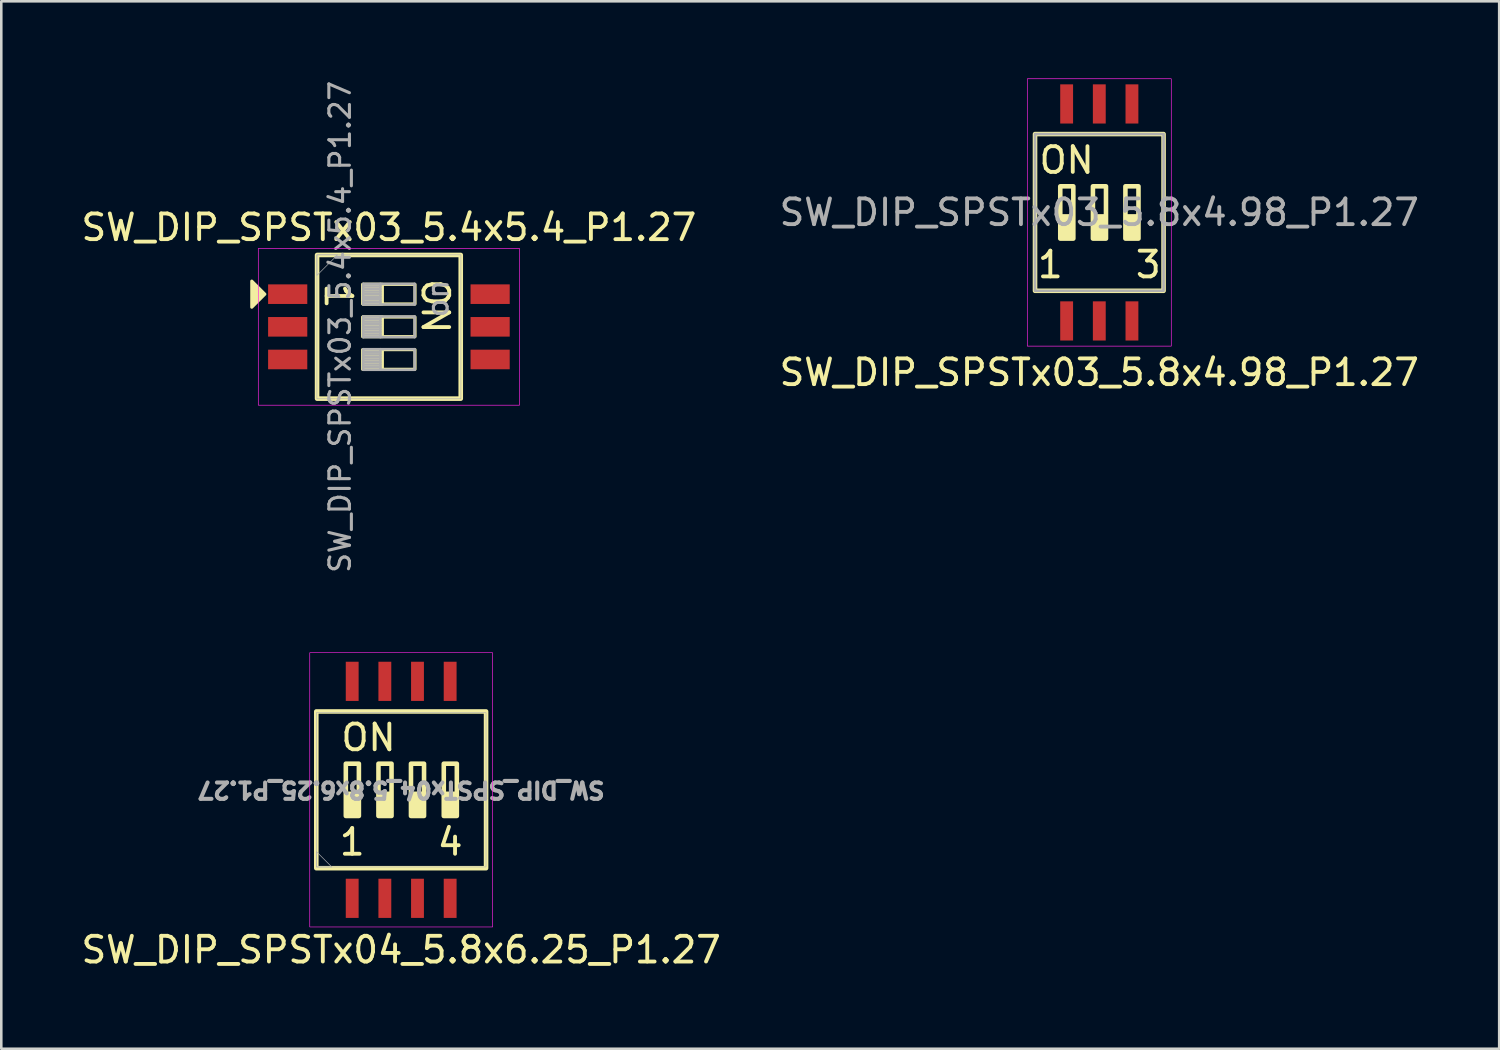
<source format=kicad_pcb>
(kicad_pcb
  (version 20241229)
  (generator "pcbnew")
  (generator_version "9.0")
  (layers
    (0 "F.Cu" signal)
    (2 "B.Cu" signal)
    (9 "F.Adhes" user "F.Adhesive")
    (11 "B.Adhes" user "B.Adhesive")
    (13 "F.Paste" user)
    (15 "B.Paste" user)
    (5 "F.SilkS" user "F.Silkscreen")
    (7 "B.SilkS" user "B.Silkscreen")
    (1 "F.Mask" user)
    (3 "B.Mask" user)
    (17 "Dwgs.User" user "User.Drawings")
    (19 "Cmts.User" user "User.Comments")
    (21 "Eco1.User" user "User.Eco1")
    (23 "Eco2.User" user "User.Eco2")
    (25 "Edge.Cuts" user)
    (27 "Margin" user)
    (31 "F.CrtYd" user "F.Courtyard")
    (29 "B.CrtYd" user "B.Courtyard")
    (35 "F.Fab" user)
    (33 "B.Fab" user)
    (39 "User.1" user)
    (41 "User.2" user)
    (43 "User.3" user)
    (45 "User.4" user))
  (footprint "SW_DIP_SPSTx03_5.4x5.4_P1.27"
    (layer "F.Cu")
    (at 12.077 9.662)
    (property "Reference" "SW_DIP_SPSTx03_5.4x5.4_P1.27" (at 0 -3.865 0) (layer "F.SilkS") (effects (font (size 1 1) (thickness 0.15))))
    (attr smd)
    (fp_rect (start -2.794 2.794) (end 2.794 -2.794) (stroke (width 0.178) (type solid)) (fill no) (layer "F.SilkS"))
    (fp_rect (start -1.016 -0.889) (end -0.254 -1.651) (stroke (width 0.12) (type solid)) (fill yes) (layer "F.SilkS"))
    (fp_rect (start -1.016 0.381) (end -0.254 -0.381) (stroke (width 0.12) (type solid)) (fill yes) (layer "F.SilkS"))
    (fp_rect (start -1.016 1.651) (end -0.254 0.889) (stroke (width 0.12) (type solid)) (fill yes) (layer "F.SilkS"))
    (fp_rect (start 1.016 -1.651) (end -1.016 -0.889) (stroke (width 0.12) (type solid)) (fill no) (layer "F.SilkS"))
    (fp_rect (start 1.016 -0.381) (end -1.016 0.381) (stroke (width 0.12) (type solid)) (fill no) (layer "F.SilkS"))
    (fp_rect (start 1.016 0.889) (end -1.016 1.651) (stroke (width 0.12) (type solid)) (fill no) (layer "F.SilkS"))
    (fp_poly (pts (xy -4.826 -1.27) (xy -5.334 -0.762) (xy -5.334 -1.778)) (stroke (width 0.12) (type solid)) (fill yes) (layer "F.SilkS"))
    (fp_rect (start -5.08 3.048) (end 5.08 -3.048) (stroke (width 0.025) (type solid)) (fill no) (layer "F.CrtYd"))
    (fp_line (start -1 -1.67) (end -1 -0.87) (stroke (width 0.1) (type solid)) (layer "F.Fab"))
    (fp_line (start -1 -1.57) (end -0.333 -1.57) (stroke (width 0.1) (type solid)) (layer "F.Fab"))
    (fp_line (start -1 -1.47) (end -0.333 -1.47) (stroke (width 0.1) (type solid)) (layer "F.Fab"))
    (fp_line (start -1 -1.37) (end -0.333 -1.37) (stroke (width 0.1) (type solid)) (layer "F.Fab"))
    (fp_line (start -1 -1.27) (end -0.333 -1.27) (stroke (width 0.1) (type solid)) (layer "F.Fab"))
    (fp_line (start -1 -1.17) (end -0.333 -1.17) (stroke (width 0.1) (type solid)) (layer "F.Fab"))
    (fp_line (start -1 -1.07) (end -0.333 -1.07) (stroke (width 0.1) (type solid)) (layer "F.Fab"))
    (fp_line (start -1 -0.97) (end -0.333 -0.97) (stroke (width 0.1) (type solid)) (layer "F.Fab"))
    (fp_line (start -1 -0.87) (end 1 -0.87) (stroke (width 0.1) (type solid)) (layer "F.Fab"))
    (fp_line (start -1 -0.4) (end -1 0.4) (stroke (width 0.1) (type solid)) (layer "F.Fab"))
    (fp_line (start -1 -0.3) (end -0.333 -0.3) (stroke (width 0.1) (type solid)) (layer "F.Fab"))
    (fp_line (start -1 -0.2) (end -0.333 -0.2) (stroke (width 0.1) (type solid)) (layer "F.Fab"))
    (fp_line (start -1 -0.1) (end -0.333 -0.1) (stroke (width 0.1) (type solid)) (layer "F.Fab"))
    (fp_line (start -1 0) (end -0.333 0) (stroke (width 0.1) (type solid)) (layer "F.Fab"))
    (fp_line (start -1 0.1) (end -0.333 0.1) (stroke (width 0.1) (type solid)) (layer "F.Fab"))
    (fp_line (start -1 0.2) (end -0.333 0.2) (stroke (width 0.1) (type solid)) (layer "F.Fab"))
    (fp_line (start -1 0.3) (end -0.333 0.3) (stroke (width 0.1) (type solid)) (layer "F.Fab"))
    (fp_line (start -1 0.4) (end 1 0.4) (stroke (width 0.1) (type solid)) (layer "F.Fab"))
    (fp_line (start -1 0.87) (end -1 1.67) (stroke (width 0.1) (type solid)) (layer "F.Fab"))
    (fp_line (start -1 0.97) (end -0.333 0.97) (stroke (width 0.1) (type solid)) (layer "F.Fab"))
    (fp_line (start -1 1.07) (end -0.333 1.07) (stroke (width 0.1) (type solid)) (layer "F.Fab"))
    (fp_line (start -1 1.17) (end -0.333 1.17) (stroke (width 0.1) (type solid)) (layer "F.Fab"))
    (fp_line (start -1 1.27) (end -0.333 1.27) (stroke (width 0.1) (type solid)) (layer "F.Fab"))
    (fp_line (start -1 1.37) (end -0.333 1.37) (stroke (width 0.1) (type solid)) (layer "F.Fab"))
    (fp_line (start -1 1.47) (end -0.333 1.47) (stroke (width 0.1) (type solid)) (layer "F.Fab"))
    (fp_line (start -1 1.57) (end -0.333 1.57) (stroke (width 0.1) (type solid)) (layer "F.Fab"))
    (fp_line (start -1 1.67) (end 1 1.67) (stroke (width 0.1) (type solid)) (layer "F.Fab"))
    (fp_line (start -0.333 -1.67) (end -0.333 -0.87) (stroke (width 0.1) (type solid)) (layer "F.Fab"))
    (fp_line (start -0.333 -0.4) (end -0.333 0.4) (stroke (width 0.1) (type solid)) (layer "F.Fab"))
    (fp_line (start -0.333 0.87) (end -0.333 1.67) (stroke (width 0.1) (type solid)) (layer "F.Fab"))
    (fp_line (start 1 -1.67) (end -1 -1.67) (stroke (width 0.1) (type solid)) (layer "F.Fab"))
    (fp_line (start 1 -0.87) (end 1 -1.67) (stroke (width 0.1) (type solid)) (layer "F.Fab"))
    (fp_line (start 1 -0.4) (end -1 -0.4) (stroke (width 0.1) (type solid)) (layer "F.Fab"))
    (fp_line (start 1 0.4) (end 1 -0.4) (stroke (width 0.1) (type solid)) (layer "F.Fab"))
    (fp_line (start 1 0.87) (end -1 0.87) (stroke (width 0.1) (type solid)) (layer "F.Fab"))
    (fp_line (start 1 1.67) (end 1 0.87) (stroke (width 0.1) (type solid)) (layer "F.Fab"))
    (fp_rect (start -2.8 -2.8) (end 2.8 2.8) (stroke (width 0.025) (type solid)) (fill no) (layer "F.Fab"))
    (fp_poly (pts (xy -2.8 -2.8) (xy -2.8 -2) (xy -2 -2.8)) (stroke (width 0.025) (type solid)) (fill no) (layer "F.Fab"))
    (fp_text user "ON" (at 1.8 -0.8 270) (unlocked yes) (layer "F.SilkS") (effects (font (size 1 1) (thickness 0.15))))
    (fp_text user "1" (at -1.968 -1.2 270) (unlocked yes) (layer "F.SilkS") (effects (font (size 1 1) (thickness 0.15))))
    (fp_text user "${REFERENCE}" (at -1.9 0 90) (layer "F.Fab") (effects (font (size 0.8 0.8) (thickness 0.12))))
    (fp_text user "on" (at 1.9 -1.1 90) (layer "F.Fab") (effects (font (size 0.8 0.8) (thickness 0.12))))
    (pad "1" smd rect (at -3.937 -1.27) (size 1.524 0.762) (layers "F.Cu" "F.Mask" "F.Paste"))
    (pad "2" smd rect (at -3.937 0) (size 1.524 0.762) (layers "F.Cu" "F.Mask" "F.Paste"))
    (pad "3" smd rect (at -3.937 1.27) (size 1.524 0.762) (layers "F.Cu" "F.Mask" "F.Paste"))
    (pad "4" smd rect (at 3.937 1.27) (size 1.524 0.762) (layers "F.Cu" "F.Mask" "F.Paste"))
    (pad "5" smd rect (at 3.937 0) (size 1.524 0.762) (layers "F.Cu" "F.Mask" "F.Paste"))
    (pad "6" smd rect (at 3.937 -1.27) (size 1.524 0.762) (layers "F.Cu" "F.Mask" "F.Paste")))
  (footprint "SW_DIP_SPSTx03_5.8x4.98_P1.27"
    (layer "F.Cu")
    (at 39.708 5.213)
    (property "Reference" "SW_DIP_SPSTx03_5.8x4.98_P1.27" (at 0 6.223 0) (unlocked yes) (layer "F.SilkS") (effects (font (size 1 1) (thickness 0.15))))
    (attr smd)
    (fp_rect (start -2.5 -3.048) (end 2.5 3.048) (stroke (width 0.178) (type solid)) (fill no) (layer "F.SilkS"))
    (fp_rect (start -1.524 1.016) (end -1.016 0.127) (stroke (width 0.12) (type solid)) (fill yes) (layer "F.SilkS"))
    (fp_rect (start -1.518 -1.016) (end -1.01 1.016) (stroke (width 0.178) (type solid)) (fill no) (layer "F.SilkS"))
    (fp_rect (start -0.254 1.016) (end 0.254 0.127) (stroke (width 0.12) (type solid)) (fill yes) (layer "F.SilkS"))
    (fp_rect (start -0.248 -1.016) (end 0.26 1.016) (stroke (width 0.178) (type solid)) (fill no) (layer "F.SilkS"))
    (fp_rect (start 1.016 -1.016) (end 1.524 1.016) (stroke (width 0.178) (type solid)) (fill no) (layer "F.SilkS"))
    (fp_rect (start 1.016 1.016) (end 1.524 0.127) (stroke (width 0.12) (type solid)) (fill yes) (layer "F.SilkS"))
    (fp_rect (start -2.8 -5.2) (end 2.8 5.2) (stroke (width 0.025) (type solid)) (fill no) (layer "F.CrtYd"))
    (fp_rect (start -2.5 -3.048) (end 2.5 3.048) (stroke (width 0.1) (type solid)) (fill no) (layer "F.Fab"))
    (fp_text user "1" (at -1.905 2.032 0) (unlocked yes) (layer "F.SilkS") (effects (font (size 1 1) (thickness 0.15))))
    (fp_text user "3" (at 1.905 2.032 0) (unlocked yes) (layer "F.SilkS") (effects (font (size 1 1) (thickness 0.15))))
    (fp_text user "ON" (at -1.27 -2.032 0) (unlocked yes) (layer "F.SilkS") (effects (font (size 1 1) (thickness 0.15))))
    (fp_text user "${REFERENCE}" (at 0 0 0) (unlocked yes) (layer "F.Fab") (effects (font (size 1 1) (thickness 0.15))))
    (pad "1" smd rect (at -1.27 4.22) (size 0.5 1.524) (layers "F.Cu" "F.Mask" "F.Paste"))
    (pad "2" smd rect (at 0 4.22) (size 0.5 1.524) (layers "F.Cu" "F.Mask" "F.Paste"))
    (pad "3" smd rect (at 1.27 4.22) (size 0.5 1.524) (layers "F.Cu" "F.Mask" "F.Paste"))
    (pad "4" smd rect (at 1.27 -4.22) (size 0.5 1.524) (layers "F.Cu" "F.Mask" "F.Paste"))
    (pad "5" smd rect (at 0 -4.22) (size 0.5 1.524) (layers "F.Cu" "F.Mask" "F.Paste"))
    (pad "6" smd rect (at -1.27 -4.22) (size 0.5 1.524) (layers "F.Cu" "F.Mask" "F.Paste")))
  (footprint "SW_DIP_SPSTx04_5.8x6.25_P1.27"
    (layer "F.Cu")
    (at 12.554 27.671)
    (property "Reference" "SW_DIP_SPSTx04_5.8x6.25_P1.27" (at 0 6.223 0) (unlocked yes) (layer "F.SilkS") (effects (font (size 1 1) (thickness 0.15))))
    (attr smd)
    (fp_rect (start -3.302 -3.048) (end 3.302 3.048) (stroke (width 0.178) (type solid)) (fill no) (layer "F.SilkS"))
    (fp_rect (start -2.159 1.016) (end -1.651 0.127) (stroke (width 0.12) (type solid)) (fill yes) (layer "F.SilkS"))
    (fp_rect (start -2.153 -1.016) (end -1.645 1.016) (stroke (width 0.178) (type solid)) (fill no) (layer "F.SilkS"))
    (fp_rect (start -0.889 1.016) (end -0.381 0.127) (stroke (width 0.12) (type solid)) (fill yes) (layer "F.SilkS"))
    (fp_rect (start -0.883 -1.016) (end -0.375 1.016) (stroke (width 0.178) (type solid)) (fill no) (layer "F.SilkS"))
    (fp_rect (start 0.381 -1.016) (end 0.889 1.016) (stroke (width 0.178) (type solid)) (fill no) (layer "F.SilkS"))
    (fp_rect (start 0.381 1.016) (end 0.889 0.127) (stroke (width 0.12) (type solid)) (fill yes) (layer "F.SilkS"))
    (fp_rect (start 1.651 1.016) (end 2.159 0.127) (stroke (width 0.12) (type solid)) (fill yes) (layer "F.SilkS"))
    (fp_rect (start 1.657 -1.016) (end 2.165 1.016) (stroke (width 0.178) (type solid)) (fill no) (layer "F.SilkS"))
    (fp_rect (start -3.556 -5.334) (end 3.556 5.334) (stroke (width 0.025) (type solid)) (fill no) (layer "F.CrtYd"))
    (fp_rect (start -3.3 -3) (end 3.3 3) (stroke (width 0.025) (type solid)) (fill no) (layer "F.Fab"))
    (fp_poly (pts (xy -3.3 2.4) (xy -3.3 3) (xy -2.7 3)) (stroke (width 0.025) (type solid)) (fill no) (layer "F.Fab"))
    (fp_text user "ON" (at -1.27 -2.032 0) (unlocked yes) (layer "F.SilkS") (effects (font (size 1 1) (thickness 0.15))))
    (fp_text user "1" (at -1.905 2.032 0) (unlocked yes) (layer "F.SilkS") (effects (font (size 1 1) (thickness 0.15))))
    (fp_text user "4" (at 1.905 2.032 0) (unlocked yes) (layer "F.SilkS") (effects (font (size 1 1) (thickness 0.15))))
    (fp_text user "${REFERENCE}" (at 0 0 180) (unlocked yes) (layer "F.Fab") (effects (font (size 0.635 0.635) (thickness 0.159) (bold yes))))
    (pad "1" smd rect (at -1.905 4.22) (size 0.5 1.524) (layers "F.Cu" "F.Mask" "F.Paste"))
    (pad "2" smd rect (at -0.635 4.22) (size 0.5 1.524) (layers "F.Cu" "F.Mask" "F.Paste"))
    (pad "3" smd rect (at 0.635 4.22) (size 0.5 1.524) (layers "F.Cu" "F.Mask" "F.Paste"))
    (pad "4" smd rect (at 1.905 4.22) (size 0.5 1.524) (layers "F.Cu" "F.Mask" "F.Paste"))
    (pad "5" smd rect (at 1.905 -4.22) (size 0.5 1.524) (layers "F.Cu" "F.Mask" "F.Paste"))
    (pad "6" smd rect (at 0.635 -4.22) (size 0.5 1.524) (layers "F.Cu" "F.Mask" "F.Paste"))
    (pad "7" smd rect (at -0.635 -4.22) (size 0.5 1.524) (layers "F.Cu" "F.Mask" "F.Paste"))
    (pad "8" smd rect (at -1.905 -4.22) (size 0.5 1.524) (layers "F.Cu" "F.Mask" "F.Paste")))
  (gr_rect
    (start -3 -3)
    (end 55.262 37.742)
    (stroke (width 0.1) (type default))
    (fill no)
    (layer "Edge.Cuts")))
</source>
